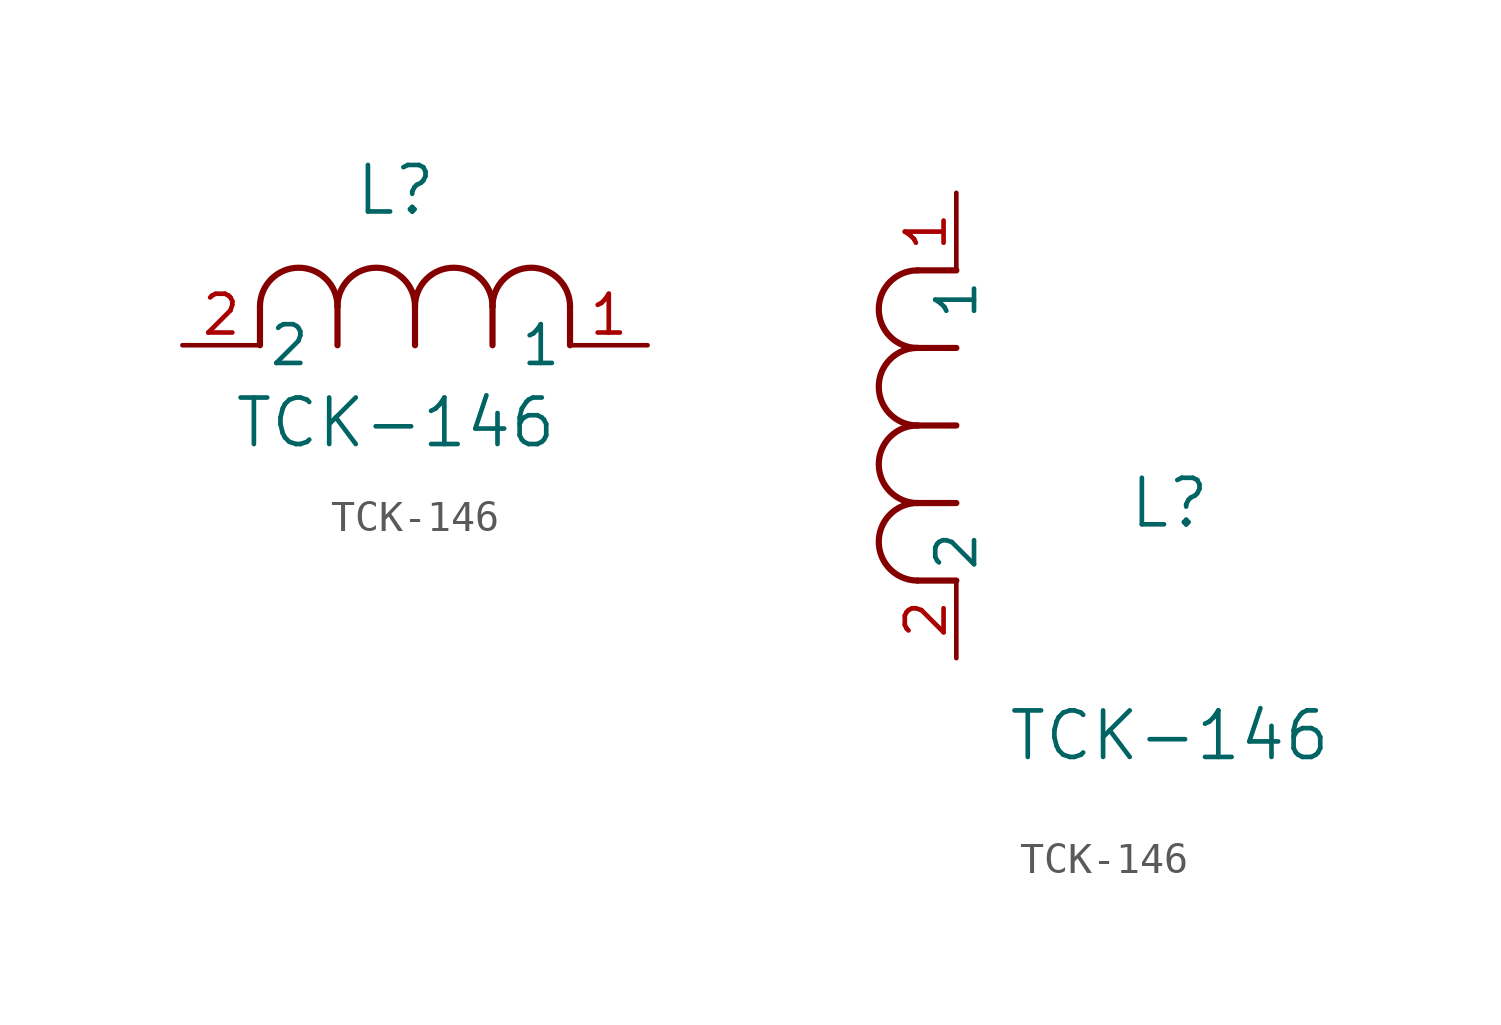
<source format=kicad_sym>
(kicad_symbol_lib
  (version 20211014)
  (generator kicad_symbol_editor)
  (symbol "TCK-146"
    (pin_names
      (offset 0.254))
    (property "Reference" "L"
      (at 6.985 5.08 0)
      (effects (font (size 1.524 1.524))))
    (property "Value" "TCK-146"
      (at 6.985 -2.54 0)
      (effects (font (size 1.524 1.524))))
    (symbol "TCK-146_1_1"
      (arc (start 7.62 1.27) (mid 6.35 2.54) (end 5.08 1.27) (stroke (width 0.2032) (type default) (color 0 0 0 0)) (fill (type none)))
      (polyline (pts (xy 5.08 0) (xy 5.08 1.27)) (stroke (width 0.203) (type default) (color 0 0 0 0)) (fill (type none)))
      (polyline (pts (xy 7.62 0) (xy 7.62 1.27)) (stroke (width 0.203) (type default) (color 0 0 0 0)) (fill (type none)))
      (polyline (pts (xy 12.7 0) (xy 12.7 1.27)) (stroke (width 0.203) (type default) (color 0 0 0 0)) (fill (type none)))
      (arc (start 5.08 1.27) (mid 3.81 2.54) (end 2.54 1.27) (stroke (width 0.2032) (type default) (color 0 0 0 0)) (fill (type none)))
      (arc (start 10.16 1.27) (mid 8.89 2.54) (end 7.62 1.27) (stroke (width 0.2032) (type default) (color 0 0 0 0)) (fill (type none)))
      (arc (start 12.7 1.27) (mid 11.43 2.54) (end 10.16 1.27) (stroke (width 0.2032) (type default) (color 0 0 0 0)) (fill (type none)))
      (polyline (pts (xy 2.54 0) (xy 2.54 1.27)) (stroke (width 0.203) (type default) (color 0 0 0 0)) (fill (type none)))
      (polyline (pts (xy 10.16 0) (xy 10.16 1.27)) (stroke (width 0.203) (type default) (color 0 0 0 0)) (fill (type none)))
      (pin unspecified line (at 0 0 0) (length 2.54) (name "2" (effects (font (size 1.27 1.27)))) (number "2" (effects (font (size 1.27 1.27)))))
      (pin unspecified line (at 15.24 0 180) (length 2.54) (name "1" (effects (font (size 1.27 1.27)))) (number "1" (effects (font (size 1.27 1.27))))))
    (symbol "TCK-146_1_2"
      (arc (start -1.27 7.62) (mid -2.54 6.35) (end -1.27 5.08) (stroke (width 0.2032) (type default) (color 0 0 0 0)) (fill (type none)))
      (arc (start -1.27 5.08) (mid -2.54 3.81) (end -1.27 2.54) (stroke (width 0.2032) (type default) (color 0 0 0 0)) (fill (type none)))
      (arc (start -1.27 12.7) (mid -2.54 11.43) (end -1.27 10.16) (stroke (width 0.2032) (type default) (color 0 0 0 0)) (fill (type none)))
      (arc (start -1.27 10.16) (mid -2.54 8.89) (end -1.27 7.62) (stroke (width 0.2032) (type default) (color 0 0 0 0)) (fill (type none)))
      (polyline (pts (xy 0 7.62) (xy -1.27 7.62)) (stroke (width 0.203) (type default) (color 0 0 0 0)) (fill (type none)))
      (polyline (pts (xy 0 5.08) (xy -1.27 5.08)) (stroke (width 0.203) (type default) (color 0 0 0 0)) (fill (type none)))
      (polyline (pts (xy 0 12.7) (xy -1.27 12.7)) (stroke (width 0.203) (type default) (color 0 0 0 0)) (fill (type none)))
      (polyline (pts (xy 0 2.54) (xy -1.27 2.54)) (stroke (width 0.203) (type default) (color 0 0 0 0)) (fill (type none)))
      (polyline (pts (xy 0 10.16) (xy -1.27 10.16)) (stroke (width 0.203) (type default) (color 0 0 0 0)) (fill (type none)))
      (pin unspecified line (at 0 0 90) (length 2.54) (name "2" (effects (font (size 1.27 1.27)))) (number "2" (effects (font (size 1.27 1.27)))))
      (pin unspecified line (at 0 15.24 270) (length 2.54) (name "1" (effects (font (size 1.27 1.27)))) (number "1" (effects (font (size 1.27 1.27))))))))
</source>
